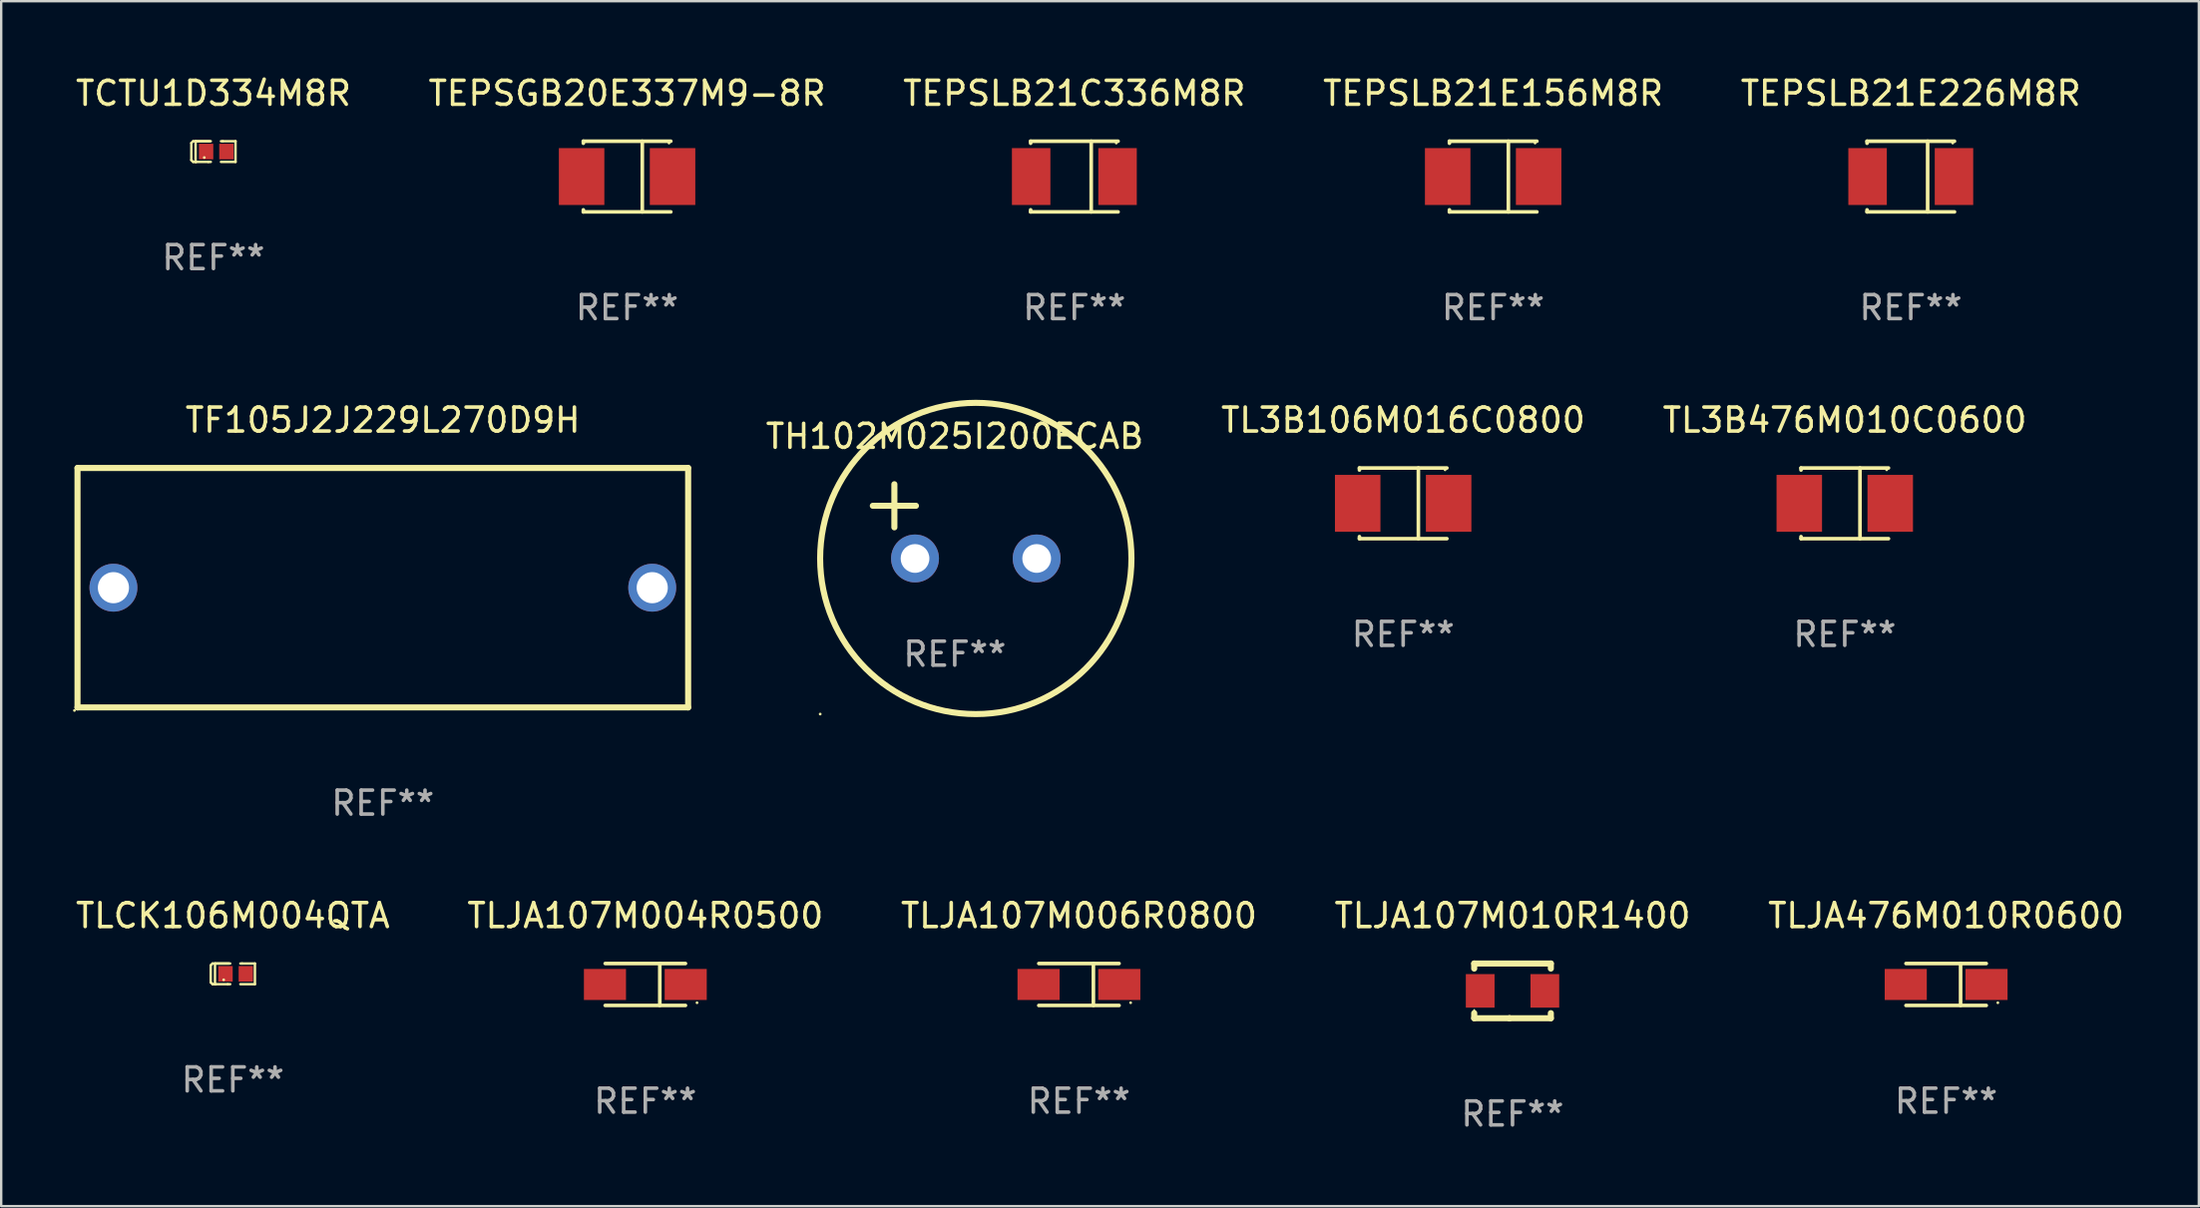
<source format=kicad_pcb>
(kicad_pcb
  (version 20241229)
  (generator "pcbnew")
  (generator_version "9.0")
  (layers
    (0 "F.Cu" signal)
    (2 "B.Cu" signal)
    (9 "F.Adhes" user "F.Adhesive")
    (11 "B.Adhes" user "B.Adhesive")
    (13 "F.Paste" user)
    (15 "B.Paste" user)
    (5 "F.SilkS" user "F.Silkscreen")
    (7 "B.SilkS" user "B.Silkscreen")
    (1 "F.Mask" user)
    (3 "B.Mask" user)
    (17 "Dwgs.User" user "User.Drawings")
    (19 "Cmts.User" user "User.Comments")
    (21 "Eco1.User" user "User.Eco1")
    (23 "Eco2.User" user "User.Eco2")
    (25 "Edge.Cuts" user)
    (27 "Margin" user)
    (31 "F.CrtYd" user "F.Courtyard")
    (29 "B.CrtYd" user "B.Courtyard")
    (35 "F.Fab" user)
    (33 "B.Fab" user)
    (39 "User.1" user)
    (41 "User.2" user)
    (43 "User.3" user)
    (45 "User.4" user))
  (footprint "TEPSGB20E337M9-8R"
    (layer "F.Cu")
    (at 23.137 4.324)
    (property "Reference" "TEPSGB20E337M9-8R" (at 0 -3.476 0) (layer "F.SilkS") (effects (font (size 1 1) (thickness 0.15))))
    (attr through_hole)
    (fp_line (start -1.826 -1.476) (end -1.826 -1.391) (stroke (width 0.152) (type solid)) (layer "F.SilkS"))
    (fp_line (start -1.826 -1.476) (end 1.826 -1.476) (stroke (width 0.152) (type solid)) (layer "F.SilkS"))
    (fp_line (start -1.826 1.476) (end -1.826 1.391) (stroke (width 0.152) (type solid)) (layer "F.SilkS"))
    (fp_line (start -1.826 1.476) (end 1.826 1.476) (stroke (width 0.152) (type solid)) (layer "F.SilkS"))
    (fp_line (start 0.635 -1.476) (end 0.635 1.476) (stroke (width 0.152) (type solid)) (layer "F.SilkS"))
    (fp_circle (center 1.75 -1.4) (end 1.78 -1.4) (stroke (width 0.06) (type solid)) (fill no) (layer "F.SilkS"))
    (fp_text user "REF**" (at 0 5.476 0) (layer "F.Fab") (effects (font (size 1 1) (thickness 0.15))))
    (pad "1" smd rect (at 1.899 0) (size 1.9 2.376) (layers "F.Cu" "F.Mask" "F.Paste"))
    (pad "2" smd rect (at -1.899 0) (size 1.9 2.376) (layers "F.Cu" "F.Mask" "F.Paste")))
  (footprint "TEPSLB21E226M8R"
    (layer "F.Cu")
    (at 76.744 4.324)
    (property "Reference" "TEPSLB21E226M8R" (at 0 -3.476 0) (layer "F.SilkS") (effects (font (size 1 1) (thickness 0.15))))
    (attr through_hole)
    (fp_line (start -1.826 -1.476) (end -1.826 -1.391) (stroke (width 0.152) (type solid)) (layer "F.SilkS"))
    (fp_line (start -1.826 -1.476) (end 1.826 -1.476) (stroke (width 0.152) (type solid)) (layer "F.SilkS"))
    (fp_line (start -1.826 1.476) (end -1.826 1.391) (stroke (width 0.152) (type solid)) (layer "F.SilkS"))
    (fp_line (start -1.826 1.476) (end 1.826 1.476) (stroke (width 0.152) (type solid)) (layer "F.SilkS"))
    (fp_line (start 0.704 -1.476) (end 0.704 1.476) (stroke (width 0.152) (type solid)) (layer "F.SilkS"))
    (fp_circle (center 1.75 -1.4) (end 1.78 -1.4) (stroke (width 0.06) (type solid)) (fill no) (layer "F.SilkS"))
    (fp_text user "REF**" (at 0 5.476 0) (layer "F.Fab") (effects (font (size 1 1) (thickness 0.15))))
    (pad "1" smd rect (at 1.804 0) (size 1.607 2.376) (layers "F.Cu" "F.Mask" "F.Paste"))
    (pad "2" smd rect (at -1.804 0) (size 1.607 2.376) (layers "F.Cu" "F.Mask" "F.Paste")))
  (footprint "TEPSLB21E156M8R"
    (layer "F.Cu")
    (at 59.304 4.324)
    (property "Reference" "TEPSLB21E156M8R" (at 0 -3.476 0) (layer "F.SilkS") (effects (font (size 1 1) (thickness 0.15))))
    (attr through_hole)
    (fp_line (start -1.826 -1.476) (end -1.826 -1.391) (stroke (width 0.152) (type solid)) (layer "F.SilkS"))
    (fp_line (start -1.826 -1.476) (end 1.826 -1.476) (stroke (width 0.152) (type solid)) (layer "F.SilkS"))
    (fp_line (start -1.826 1.476) (end -1.826 1.391) (stroke (width 0.152) (type solid)) (layer "F.SilkS"))
    (fp_line (start -1.826 1.476) (end 1.826 1.476) (stroke (width 0.152) (type solid)) (layer "F.SilkS"))
    (fp_line (start 0.635 -1.476) (end 0.635 1.476) (stroke (width 0.152) (type solid)) (layer "F.SilkS"))
    (fp_circle (center 1.75 -1.4) (end 1.78 -1.4) (stroke (width 0.06) (type solid)) (fill no) (layer "F.SilkS"))
    (fp_text user "REF**" (at 0 5.476 0) (layer "F.Fab") (effects (font (size 1 1) (thickness 0.15))))
    (pad "1" smd rect (at 1.899 0) (size 1.9 2.376) (layers "F.Cu" "F.Mask" "F.Paste"))
    (pad "2" smd rect (at -1.899 0) (size 1.9 2.376) (layers "F.Cu" "F.Mask" "F.Paste")))
  (footprint "TL3B476M010C0600"
    (layer "F.Cu")
    (at 73.987 17.973)
    (property "Reference" "TL3B476M010C0600" (at 0 -3.476 0) (layer "F.SilkS") (effects (font (size 1 1) (thickness 0.15))))
    (attr through_hole)
    (fp_line (start -1.826 -1.476) (end -1.826 -1.391) (stroke (width 0.152) (type solid)) (layer "F.SilkS"))
    (fp_line (start -1.826 -1.476) (end 1.826 -1.476) (stroke (width 0.152) (type solid)) (layer "F.SilkS"))
    (fp_line (start -1.826 1.476) (end -1.826 1.391) (stroke (width 0.152) (type solid)) (layer "F.SilkS"))
    (fp_line (start -1.826 1.476) (end 1.826 1.476) (stroke (width 0.152) (type solid)) (layer "F.SilkS"))
    (fp_line (start 0.635 -1.476) (end 0.635 1.476) (stroke (width 0.152) (type solid)) (layer "F.SilkS"))
    (fp_circle (center 1.75 -1.4) (end 1.78 -1.4) (stroke (width 0.06) (type solid)) (fill no) (layer "F.SilkS"))
    (fp_text user "REF**" (at 0 5.476 0) (layer "F.Fab") (effects (font (size 1 1) (thickness 0.15))))
    (pad "1" smd rect (at 1.899 0) (size 1.9 2.376) (layers "F.Cu" "F.Mask" "F.Paste"))
    (pad "2" smd rect (at -1.899 0) (size 1.9 2.376) (layers "F.Cu" "F.Mask" "F.Paste")))
  (footprint "TLJA107M006R0800"
    (layer "F.Cu")
    (at 42.006 38.07)
    (property "Reference" "TLJA107M006R0800" (at 0 -2.876 0) (layer "F.SilkS") (effects (font (size 1 1) (thickness 0.15))))
    (attr through_hole)
    (fp_line (start -1.676 -0.876) (end 1.676 -0.876) (stroke (width 0.152) (type solid)) (layer "F.SilkS"))
    (fp_line (start -1.676 0.876) (end 1.676 0.876) (stroke (width 0.152) (type solid)) (layer "F.SilkS"))
    (fp_line (start 0.604 -0.876) (end 0.604 0.876) (stroke (width 0.152) (type solid)) (layer "F.SilkS"))
    (fp_circle (center 2.159 0.762) (end 2.189 0.762) (stroke (width 0.06) (type solid)) (fill no) (layer "F.SilkS"))
    (fp_text user "REF**" (at 0 4.876 0) (layer "F.Fab") (effects (font (size 1 1) (thickness 0.15))))
    (pad "1" smd rect (at 1.686 0) (size 1.758 1.296) (layers "F.Cu" "F.Mask" "F.Paste"))
    (pad "2" smd rect (at -1.686 0) (size 1.758 1.296) (layers "F.Cu" "F.Mask" "F.Paste")))
  (footprint "TH102M025I200ECAB"
    (layer "F.Cu")
    (at 36.82 18.726)
    (property "Reference" "TH102M025I200ECAB" (at 0 -3.55 0) (layer "F.SilkS") (effects (font (size 1 1) (thickness 0.15))))
    (attr through_hole)
    (fp_line (start -3.421 -0.65) (end -1.621 -0.65) (stroke (width 0.254) (type solid)) (layer "F.SilkS"))
    (fp_line (start -2.521 -1.55) (end -2.521 0.25) (stroke (width 0.254) (type solid)) (layer "F.SilkS"))
    (fp_circle (center -5.619 8.05) (end -5.589 8.05) (stroke (width 0.06) (type solid)) (fill no) (layer "F.SilkS"))
    (fp_circle (center 0.879 1.55) (end 7.379 1.55) (stroke (width 0.254) (type solid)) (fill no) (layer "F.SilkS"))
    (fp_text user "REF**" (at 0 5.55 0) (layer "F.Fab") (effects (font (size 1 1) (thickness 0.15))))
    (pad "1" thru_hole circle (at -1.659 1.55) (size 2 2) (drill 1.2) (layers "*.Cu" "*.Mask"))
    (pad "2" thru_hole circle (at 3.421 1.55) (size 2 2) (drill 1.2) (layers "*.Cu" "*.Mask")))
  (footprint "TLJA476M010R0600"
    (layer "F.Cu")
    (at 78.22 38.07)
    (property "Reference" "TLJA476M010R0600" (at 0 -2.876 0) (layer "F.SilkS") (effects (font (size 1 1) (thickness 0.15))))
    (attr through_hole)
    (fp_line (start -1.676 -0.876) (end 1.676 -0.876) (stroke (width 0.152) (type solid)) (layer "F.SilkS"))
    (fp_line (start -1.676 0.876) (end 1.676 0.876) (stroke (width 0.152) (type solid)) (layer "F.SilkS"))
    (fp_line (start 0.604 -0.876) (end 0.604 0.876) (stroke (width 0.152) (type solid)) (layer "F.SilkS"))
    (fp_circle (center 2.159 0.762) (end 2.189 0.762) (stroke (width 0.06) (type solid)) (fill no) (layer "F.SilkS"))
    (fp_text user "REF**" (at 0 4.876 0) (layer "F.Fab") (effects (font (size 1 1) (thickness 0.15))))
    (pad "1" smd rect (at 1.686 0) (size 1.758 1.296) (layers "F.Cu" "F.Mask" "F.Paste"))
    (pad "2" smd rect (at -1.686 0) (size 1.758 1.296) (layers "F.Cu" "F.Mask" "F.Paste")))
  (footprint "TF105J2J229L270D9H"
    (layer "F.Cu")
    (at 12.937 21.497)
    (property "Reference" "TF105J2J229L270D9H" (at 0 -7 0) (layer "F.SilkS") (effects (font (size 1 1) (thickness 0.15))))
    (attr through_hole)
    (fp_line (start -12.75 -5) (end 12.75 -5) (stroke (width 0.254) (type solid)) (layer "F.SilkS"))
    (fp_line (start -12.75 5) (end -12.75 -5) (stroke (width 0.254) (type solid)) (layer "F.SilkS"))
    (fp_line (start 12.75 -5) (end 12.75 5) (stroke (width 0.254) (type solid)) (layer "F.SilkS"))
    (fp_line (start 12.75 5) (end -12.75 5) (stroke (width 0.254) (type solid)) (layer "F.SilkS"))
    (fp_circle (center -12.877 5.127) (end -12.847 5.127) (stroke (width 0.06) (type solid)) (fill no) (layer "F.SilkS"))
    (fp_text user "REF**" (at 0 9 0) (layer "F.Fab") (effects (font (size 1 1) (thickness 0.15))))
    (pad "1" thru_hole circle (at -11.25 0) (size 2 2) (drill 1.3) (layers "*.Cu" "*.Mask"))
    (pad "2" thru_hole circle (at 11.25 0) (size 2 2) (drill 1.3) (layers "*.Cu" "*.Mask")))
  (footprint "TLJA107M010R1400"
    (layer "F.Cu")
    (at 60.113 38.337)
    (property "Reference" "TLJA107M010R1400" (at 0 -3.143 0) (layer "F.SilkS") (effects (font (size 1 1) (thickness 0.15))))
    (attr through_hole)
    (fp_line (start -1.6 1.143) (end -0.128 1.143) (stroke (width 0.254) (type solid)) (layer "F.SilkS"))
    (fp_line (start -1.6 -1.143) (end -1.6 -0.931) (stroke (width 0.254) (type solid)) (layer "F.SilkS"))
    (fp_line (start -1.6 -1.143) (end 1.6 -1.143) (stroke (width 0.254) (type solid)) (layer "F.SilkS"))
    (fp_line (start -1.6 0.931) (end -1.6 1.143) (stroke (width 0.254) (type solid)) (layer "F.SilkS"))
    (fp_line (start -0.128 1.143) (end -0.128 1.143) (stroke (width 0.254) (type solid)) (layer "F.SilkS"))
    (fp_line (start -0.128 1.143) (end 1.6 1.143) (stroke (width 0.254) (type solid)) (layer "F.SilkS"))
    (fp_line (start 1.6 -1.143) (end 1.6 -0.931) (stroke (width 0.254) (type solid)) (layer "F.SilkS"))
    (fp_line (start 1.6 0.931) (end 1.6 1.143) (stroke (width 0.254) (type solid)) (layer "F.SilkS"))
    (fp_circle (center -1.6 0.8) (end -1.58 0.8) (stroke (width 0.04) (type solid)) (fill no) (layer "F.SilkS"))
    (fp_text user "REF**" (at 0 5.143 0) (layer "F.Fab") (effects (font (size 1 1) (thickness 0.15))))
    (pad "1" smd rect (at -1.35 0) (size 1.2 1.4) (layers "F.Cu" "F.Mask" "F.Paste"))
    (pad "2" smd rect (at 1.35 0) (size 1.2 1.4) (layers "F.Cu" "F.Mask" "F.Paste")))
  (footprint "TL3B106M016C0800"
    (layer "F.Cu")
    (at 55.546 17.973)
    (property "Reference" "TL3B106M016C0800" (at 0 -3.476 0) (layer "F.SilkS") (effects (font (size 1 1) (thickness 0.15))))
    (attr through_hole)
    (fp_line (start -1.826 -1.476) (end -1.826 -1.391) (stroke (width 0.152) (type solid)) (layer "F.SilkS"))
    (fp_line (start -1.826 -1.476) (end 1.826 -1.476) (stroke (width 0.152) (type solid)) (layer "F.SilkS"))
    (fp_line (start -1.826 1.476) (end -1.826 1.391) (stroke (width 0.152) (type solid)) (layer "F.SilkS"))
    (fp_line (start -1.826 1.476) (end 1.826 1.476) (stroke (width 0.152) (type solid)) (layer "F.SilkS"))
    (fp_line (start 0.635 -1.476) (end 0.635 1.476) (stroke (width 0.152) (type solid)) (layer "F.SilkS"))
    (fp_circle (center 1.75 -1.4) (end 1.78 -1.4) (stroke (width 0.06) (type solid)) (fill no) (layer "F.SilkS"))
    (fp_text user "REF**" (at 0 5.476 0) (layer "F.Fab") (effects (font (size 1 1) (thickness 0.15))))
    (pad "1" smd rect (at 1.899 0) (size 1.9 2.376) (layers "F.Cu" "F.Mask" "F.Paste"))
    (pad "2" smd rect (at -1.899 0) (size 1.9 2.376) (layers "F.Cu" "F.Mask" "F.Paste")))
  (footprint "TEPSLB21C336M8R"
    (layer "F.Cu")
    (at 41.815 4.324)
    (property "Reference" "TEPSLB21C336M8R" (at 0 -3.476 0) (layer "F.SilkS") (effects (font (size 1 1) (thickness 0.15))))
    (attr through_hole)
    (fp_line (start -1.826 -1.476) (end -1.826 -1.391) (stroke (width 0.152) (type solid)) (layer "F.SilkS"))
    (fp_line (start -1.826 -1.476) (end 1.826 -1.476) (stroke (width 0.152) (type solid)) (layer "F.SilkS"))
    (fp_line (start -1.826 1.476) (end -1.826 1.391) (stroke (width 0.152) (type solid)) (layer "F.SilkS"))
    (fp_line (start -1.826 1.476) (end 1.826 1.476) (stroke (width 0.152) (type solid)) (layer "F.SilkS"))
    (fp_line (start 0.704 -1.476) (end 0.704 1.476) (stroke (width 0.152) (type solid)) (layer "F.SilkS"))
    (fp_circle (center 1.75 -1.4) (end 1.78 -1.4) (stroke (width 0.06) (type solid)) (fill no) (layer "F.SilkS"))
    (fp_text user "REF**" (at 0 5.476 0) (layer "F.Fab") (effects (font (size 1 1) (thickness 0.15))))
    (pad "1" smd rect (at 1.804 0) (size 1.607 2.376) (layers "F.Cu" "F.Mask" "F.Paste"))
    (pad "2" smd rect (at -1.804 0) (size 1.607 2.376) (layers "F.Cu" "F.Mask" "F.Paste")))
  (footprint "TLJA107M004R0500"
    (layer "F.Cu")
    (at 23.899 38.07)
    (property "Reference" "TLJA107M004R0500" (at 0 -2.876 0) (layer "F.SilkS") (effects (font (size 1 1) (thickness 0.15))))
    (attr through_hole)
    (fp_line (start -1.676 -0.876) (end 1.676 -0.876) (stroke (width 0.152) (type solid)) (layer "F.SilkS"))
    (fp_line (start -1.676 0.876) (end 1.676 0.876) (stroke (width 0.152) (type solid)) (layer "F.SilkS"))
    (fp_line (start 0.604 -0.876) (end 0.604 0.876) (stroke (width 0.152) (type solid)) (layer "F.SilkS"))
    (fp_circle (center 2.159 0.762) (end 2.189 0.762) (stroke (width 0.06) (type solid)) (fill no) (layer "F.SilkS"))
    (fp_text user "REF**" (at 0 4.876 0) (layer "F.Fab") (effects (font (size 1 1) (thickness 0.15))))
    (pad "1" smd rect (at 1.686 0) (size 1.758 1.296) (layers "F.Cu" "F.Mask" "F.Paste"))
    (pad "2" smd rect (at -1.686 0) (size 1.758 1.296) (layers "F.Cu" "F.Mask" "F.Paste")))
  (footprint "TCTU1D334M8R"
    (layer "F.Cu")
    (at 5.863 3.28)
    (property "Reference" "TCTU1D334M8R" (at 0 -2.432 0) (layer "F.SilkS") (effects (font (size 1 1) (thickness 0.15))))
    (attr through_hole)
    (fp_line (start -0.923 -0.356) (end -0.923 0.356) (stroke (width 0.102) (type solid)) (layer "F.SilkS"))
    (fp_line (start -0.923 0.356) (end -0.847 0.432) (stroke (width 0.102) (type solid)) (layer "F.SilkS"))
    (fp_line (start -0.847 -0.432) (end -0.923 -0.356) (stroke (width 0.102) (type solid)) (layer "F.SilkS"))
    (fp_line (start -0.847 0.432) (end -0.72 0.432) (stroke (width 0.102) (type solid)) (layer "F.SilkS"))
    (fp_line (start -0.745 -0.432) (end -0.745 0.432) (stroke (width 0.102) (type solid)) (layer "F.SilkS"))
    (fp_line (start -0.745 0.432) (end -0.212 0.432) (stroke (width 0.102) (type solid)) (layer "F.SilkS"))
    (fp_line (start -0.212 0.432) (end -0.11 0.432) (stroke (width 0.102) (type solid)) (layer "F.SilkS"))
    (fp_line (start -0.161 -0.432) (end -0.847 -0.432) (stroke (width 0.102) (type solid)) (layer "F.SilkS"))
    (fp_line (start -0.11 -0.432) (end -0.745 -0.432) (stroke (width 0.102) (type solid)) (layer "F.SilkS"))
    (fp_line (start 0.314 0.432) (end 0.923 0.432) (stroke (width 0.102) (type solid)) (layer "F.SilkS"))
    (fp_line (start 0.39 -0.432) (end 0.314 -0.432) (stroke (width 0.102) (type solid)) (layer "F.SilkS"))
    (fp_line (start 0.923 -0.432) (end 0.39 -0.432) (stroke (width 0.102) (type solid)) (layer "F.SilkS"))
    (fp_line (start 0.923 0.432) (end 0.923 -0.432) (stroke (width 0.102) (type solid)) (layer "F.SilkS"))
    (fp_circle (center -0.382 0.25) (end -0.352 0.25) (stroke (width 0.06) (type solid)) (fill no) (layer "F.SilkS"))
    (fp_text user "REF**" (at 0 4.432 0) (layer "F.Fab") (effects (font (size 1 1) (thickness 0.15))))
    (pad "1" smd rect (at -0.306 0) (size 0.6 0.65) (layers "F.Cu" "F.Mask" "F.Paste"))
    (pad "2" smd rect (at 0.542 0) (size 0.6 0.65) (layers "F.Cu" "F.Mask" "F.Paste")))
  (footprint "TLCK106M004QTA"
    (layer "F.Cu")
    (at 6.673 37.626)
    (property "Reference" "TLCK106M004QTA" (at 0 -2.432 0) (layer "F.SilkS") (effects (font (size 1 1) (thickness 0.15))))
    (attr through_hole)
    (fp_line (start -0.923 -0.356) (end -0.923 0.356) (stroke (width 0.102) (type solid)) (layer "F.SilkS"))
    (fp_line (start -0.923 0.356) (end -0.847 0.432) (stroke (width 0.102) (type solid)) (layer "F.SilkS"))
    (fp_line (start -0.847 -0.432) (end -0.923 -0.356) (stroke (width 0.102) (type solid)) (layer "F.SilkS"))
    (fp_line (start -0.847 0.432) (end -0.72 0.432) (stroke (width 0.102) (type solid)) (layer "F.SilkS"))
    (fp_line (start -0.745 -0.432) (end -0.745 0.432) (stroke (width 0.102) (type solid)) (layer "F.SilkS"))
    (fp_line (start -0.745 0.432) (end -0.212 0.432) (stroke (width 0.102) (type solid)) (layer "F.SilkS"))
    (fp_line (start -0.212 0.432) (end -0.11 0.432) (stroke (width 0.102) (type solid)) (layer "F.SilkS"))
    (fp_line (start -0.161 -0.432) (end -0.847 -0.432) (stroke (width 0.102) (type solid)) (layer "F.SilkS"))
    (fp_line (start -0.11 -0.432) (end -0.745 -0.432) (stroke (width 0.102) (type solid)) (layer "F.SilkS"))
    (fp_line (start 0.314 0.432) (end 0.923 0.432) (stroke (width 0.102) (type solid)) (layer "F.SilkS"))
    (fp_line (start 0.39 -0.432) (end 0.314 -0.432) (stroke (width 0.102) (type solid)) (layer "F.SilkS"))
    (fp_line (start 0.923 -0.432) (end 0.39 -0.432) (stroke (width 0.102) (type solid)) (layer "F.SilkS"))
    (fp_line (start 0.923 0.432) (end 0.923 -0.432) (stroke (width 0.102) (type solid)) (layer "F.SilkS"))
    (fp_circle (center -0.382 0.25) (end -0.352 0.25) (stroke (width 0.06) (type solid)) (fill no) (layer "F.SilkS"))
    (fp_text user "REF**" (at 0 4.432 0) (layer "F.Fab") (effects (font (size 1 1) (thickness 0.15))))
    (pad "1" smd rect (at -0.306 0) (size 0.6 0.65) (layers "F.Cu" "F.Mask" "F.Paste"))
    (pad "2" smd rect (at 0.542 0) (size 0.6 0.65) (layers "F.Cu" "F.Mask" "F.Paste")))
  (gr_rect
    (start -3 -3)
    (end 88.774 47.328)
    (stroke (width 0.1) (type default))
    (fill no)
    (layer "Edge.Cuts")))
</source>
